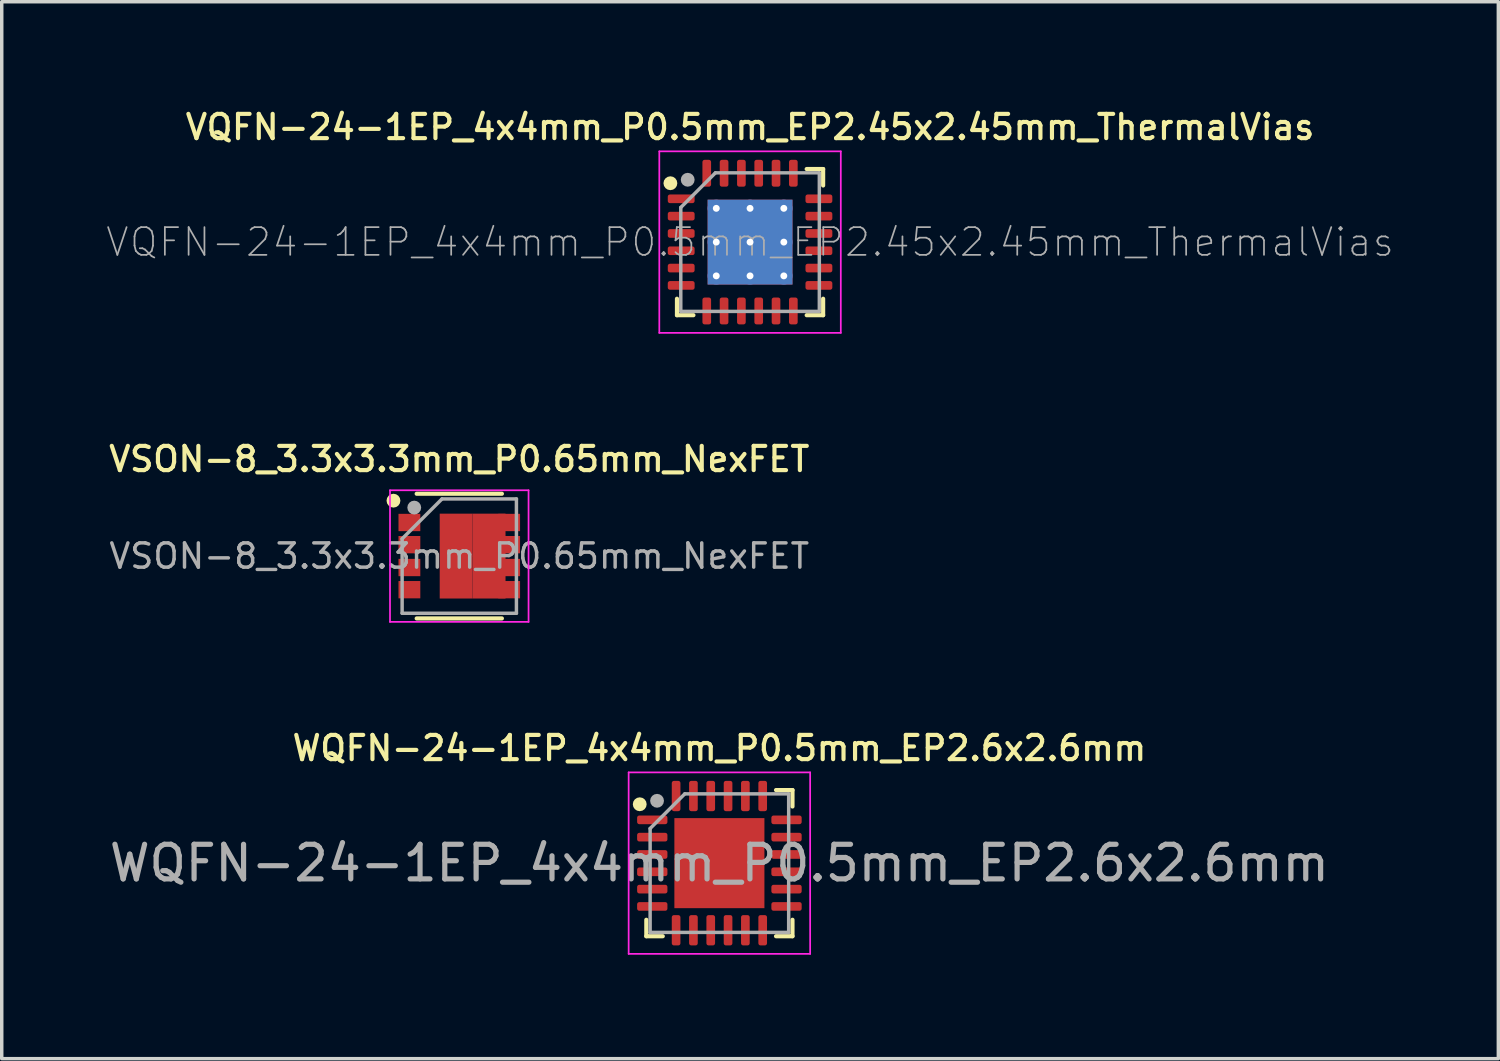
<source format=kicad_pcb>
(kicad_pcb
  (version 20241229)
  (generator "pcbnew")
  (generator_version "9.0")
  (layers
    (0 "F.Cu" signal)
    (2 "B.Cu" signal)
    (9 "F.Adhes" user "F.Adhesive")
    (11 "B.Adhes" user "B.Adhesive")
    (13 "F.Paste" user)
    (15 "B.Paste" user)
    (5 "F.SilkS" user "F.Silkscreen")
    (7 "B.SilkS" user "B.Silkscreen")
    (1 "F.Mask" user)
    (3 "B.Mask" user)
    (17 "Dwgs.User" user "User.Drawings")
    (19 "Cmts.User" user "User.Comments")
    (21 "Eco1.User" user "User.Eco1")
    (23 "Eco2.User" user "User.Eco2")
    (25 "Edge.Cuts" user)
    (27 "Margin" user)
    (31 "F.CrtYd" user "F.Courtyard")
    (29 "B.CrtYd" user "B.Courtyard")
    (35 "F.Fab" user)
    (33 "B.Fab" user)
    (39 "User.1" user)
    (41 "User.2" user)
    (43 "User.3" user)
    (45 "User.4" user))
  (footprint "VSON-8_3.3x3.3mm_P0.65mm_NexFET"
    (layer "F.Cu")
    (at 10.21 13.005)
    (property "Reference" "VSON-8_3.3x3.3mm_P0.65mm_NexFET" (at 0 -2.8 0) (layer "F.SilkS") (effects (font (size 0.7 0.7) (thickness 0.12))))
    (attr smd)
    (fp_line (start -1.23 -1.8) (end 1.23 -1.8) (stroke (width 0.12) (type solid)) (layer "F.SilkS"))
    (fp_line (start -1.23 1.8) (end 1.23 1.8) (stroke (width 0.12) (type solid)) (layer "F.SilkS"))
    (fp_circle (center -1.9 -1.6) (end -1.8 -1.6) (stroke (width 0.2) (type solid)) (fill no) (layer "F.SilkS"))
    (fp_line (start -2 -1.9) (end -2 1.9) (stroke (width 0.05) (type solid)) (layer "F.CrtYd"))
    (fp_line (start -2 -1.9) (end 2 -1.9) (stroke (width 0.05) (type solid)) (layer "F.CrtYd"))
    (fp_line (start -2 1.9) (end 2 1.9) (stroke (width 0.05) (type solid)) (layer "F.CrtYd"))
    (fp_line (start 2 -1.9) (end 2 1.9) (stroke (width 0.05) (type solid)) (layer "F.CrtYd"))
    (fp_line (start -1.65 -0.5) (end -0.5 -1.65) (stroke (width 0.1) (type solid)) (layer "F.Fab"))
    (fp_line (start -1.65 1.65) (end -1.65 -0.5) (stroke (width 0.1) (type solid)) (layer "F.Fab"))
    (fp_line (start -0.5 -1.65) (end 1.65 -1.65) (stroke (width 0.1) (type solid)) (layer "F.Fab"))
    (fp_line (start 1.65 -1.65) (end 1.65 1.65) (stroke (width 0.1) (type solid)) (layer "F.Fab"))
    (fp_line (start 1.65 1.65) (end -1.65 1.65) (stroke (width 0.1) (type solid)) (layer "F.Fab"))
    (fp_circle (center -1.3 -1.4) (end -1.2 -1.4) (stroke (width 0.2) (type solid)) (fill no) (layer "F.Fab"))
    (fp_text user "${REFERENCE}" (at 0 0 0) (layer "F.Fab") (effects (font (size 0.7 0.7) (thickness 0.1))))
    (pad "1" smd rect (at -1.44 -0.97) (size 0.63 0.5) (layers "F.Cu" "F.Mask" "F.Paste"))
    (pad "2" smd rect (at -1.44 -0.33) (size 0.63 0.5) (layers "F.Cu" "F.Mask" "F.Paste"))
    (pad "3" smd rect (at -1.44 0.33) (size 0.63 0.5) (layers "F.Cu" "F.Mask" "F.Paste"))
    (pad "4" smd rect (at -1.44 0.97) (size 0.63 0.5) (layers "F.Cu" "F.Mask" "F.Paste"))
    (pad "5" smd rect (at -0.09 -0.61) (size 0.95 1.23) (layers "F.Cu" "F.Mask" "F.Paste"))
    (pad "5" smd rect (at -0.09 0.61) (size 0.95 1.23) (layers "F.Cu" "F.Mask" "F.Paste"))
    (pad "5" smd rect (at 0.86 -0.61) (size 0.95 1.23) (layers "F.Cu" "F.Mask" "F.Paste"))
    (pad "5" smd rect (at 0.86 0.61) (size 0.95 1.23) (layers "F.Cu" "F.Mask" "F.Paste"))
    (pad "5" smd rect (at 1.44 -0.97) (size 0.63 0.5) (layers "F.Cu" "F.Mask" "F.Paste"))
    (pad "5" smd rect (at 1.44 -0.33) (size 0.63 0.5) (layers "F.Cu" "F.Mask" "F.Paste"))
    (pad "5" smd rect (at 1.44 0.33) (size 0.63 0.5) (layers "F.Cu" "F.Mask" "F.Paste"))
    (pad "5" smd rect (at 1.44 0.97) (size 0.63 0.5) (layers "F.Cu" "F.Mask" "F.Paste")))
  (footprint "VQFN-24-1EP_4x4mm_P0.5mm_EP2.45x2.45mm_ThermalVias"
    (layer "F.Cu")
    (at 18.605 3.94)
    (property "Reference" "VQFN-24-1EP_4x4mm_P0.5mm_EP2.45x2.45mm_ThermalVias" (at 0 -3.32 0) (layer "F.SilkS") (effects (font (size 0.7 0.7) (thickness 0.12))))
    (attr smd)
    (fp_line (start -2.11 2.11) (end -2.11 1.635) (stroke (width 0.12) (type solid)) (layer "F.SilkS"))
    (fp_line (start -1.635 2.11) (end -2.11 2.11) (stroke (width 0.12) (type solid)) (layer "F.SilkS"))
    (fp_line (start 1.635 -2.11) (end 2.11 -2.11) (stroke (width 0.12) (type solid)) (layer "F.SilkS"))
    (fp_line (start 1.635 2.11) (end 2.11 2.11) (stroke (width 0.12) (type solid)) (layer "F.SilkS"))
    (fp_line (start 2.11 -2.11) (end 2.11 -1.635) (stroke (width 0.12) (type solid)) (layer "F.SilkS"))
    (fp_line (start 2.11 2.11) (end 2.11 1.635) (stroke (width 0.12) (type solid)) (layer "F.SilkS"))
    (fp_circle (center -2.3 -1.7) (end -2.2 -1.7) (stroke (width 0.2) (type solid)) (fill no) (layer "F.SilkS"))
    (fp_line (start -2.62 -2.62) (end -2.62 2.62) (stroke (width 0.05) (type solid)) (layer "F.CrtYd"))
    (fp_line (start -2.62 2.62) (end 2.62 2.62) (stroke (width 0.05) (type solid)) (layer "F.CrtYd"))
    (fp_line (start 2.62 -2.62) (end -2.62 -2.62) (stroke (width 0.05) (type solid)) (layer "F.CrtYd"))
    (fp_line (start 2.62 2.62) (end 2.62 -2.62) (stroke (width 0.05) (type solid)) (layer "F.CrtYd"))
    (fp_line (start -2 -1) (end -1 -2) (stroke (width 0.1) (type solid)) (layer "F.Fab"))
    (fp_line (start -2 2) (end -2 -1) (stroke (width 0.1) (type solid)) (layer "F.Fab"))
    (fp_line (start -1 -2) (end 2 -2) (stroke (width 0.1) (type solid)) (layer "F.Fab"))
    (fp_line (start 2 -2) (end 2 2) (stroke (width 0.1) (type solid)) (layer "F.Fab"))
    (fp_line (start 2 2) (end -2 2) (stroke (width 0.1) (type solid)) (layer "F.Fab"))
    (fp_circle (center -1.8 -1.8) (end -1.7 -1.8) (stroke (width 0.2) (type solid)) (fill no) (layer "F.Fab"))
    (fp_text user "${REFERENCE}" (at 0 0 0) (layer "F.Fab") (effects (font (size 0.8 0.8) (thickness 0.05))))
    (pad "" smd custom (at -0.487 -0.487) (size 0.756 0.756) (layers "F.Paste") (options (anchor circle)) (primitives (gr_poly (pts (xy -0.301 -0.175) (xy -0.175 -0.301) (xy 0.175 -0.301) (xy 0.301 -0.175) (xy 0.301 0.175) (xy 0.175 0.301) (xy -0.175 0.301) (xy -0.301 0.175)) (width 0.306) (fill yes))))
    (pad "" smd custom (at -0.487 0.487) (size 0.756 0.756) (layers "F.Paste") (options (anchor circle)) (primitives (gr_poly (pts (xy -0.301 -0.175) (xy -0.175 -0.301) (xy 0.175 -0.301) (xy 0.301 -0.175) (xy 0.301 0.175) (xy 0.175 0.301) (xy -0.175 0.301) (xy -0.301 0.175)) (width 0.306) (fill yes))))
    (pad "" smd custom (at 0.487 -0.487) (size 0.756 0.756) (layers "F.Paste") (options (anchor circle)) (primitives (gr_poly (pts (xy -0.301 -0.175) (xy -0.175 -0.301) (xy 0.175 -0.301) (xy 0.301 -0.175) (xy 0.301 0.175) (xy 0.175 0.301) (xy -0.175 0.301) (xy -0.301 0.175)) (width 0.306) (fill yes))))
    (pad "" smd custom (at 0.487 0.487) (size 0.756 0.756) (layers "F.Paste") (options (anchor circle)) (primitives (gr_poly (pts (xy -0.301 -0.175) (xy -0.175 -0.301) (xy 0.175 -0.301) (xy 0.301 -0.175) (xy 0.301 0.175) (xy 0.175 0.301) (xy -0.175 0.301) (xy -0.301 0.175)) (width 0.306) (fill yes))))
    (pad "1" smd roundrect (at -1.988 -1.25) (size 0.775 0.25) (layers "F.Cu" "F.Mask" "F.Paste") (roundrect_rratio 0.25))
    (pad "2" smd roundrect (at -1.988 -0.75) (size 0.775 0.25) (layers "F.Cu" "F.Mask" "F.Paste") (roundrect_rratio 0.25))
    (pad "3" smd roundrect (at -1.988 -0.25) (size 0.775 0.25) (layers "F.Cu" "F.Mask" "F.Paste") (roundrect_rratio 0.25))
    (pad "4" smd roundrect (at -1.988 0.25) (size 0.775 0.25) (layers "F.Cu" "F.Mask" "F.Paste") (roundrect_rratio 0.25))
    (pad "5" smd roundrect (at -1.988 0.75) (size 0.775 0.25) (layers "F.Cu" "F.Mask" "F.Paste") (roundrect_rratio 0.25))
    (pad "6" smd roundrect (at -1.988 1.25) (size 0.775 0.25) (layers "F.Cu" "F.Mask" "F.Paste") (roundrect_rratio 0.25))
    (pad "7" smd roundrect (at -1.25 1.988) (size 0.25 0.775) (layers "F.Cu" "F.Mask" "F.Paste") (roundrect_rratio 0.25))
    (pad "8" smd roundrect (at -0.75 1.988) (size 0.25 0.775) (layers "F.Cu" "F.Mask" "F.Paste") (roundrect_rratio 0.25))
    (pad "9" smd roundrect (at -0.25 1.988) (size 0.25 0.775) (layers "F.Cu" "F.Mask" "F.Paste") (roundrect_rratio 0.25))
    (pad "10" smd roundrect (at 0.25 1.988) (size 0.25 0.775) (layers "F.Cu" "F.Mask" "F.Paste") (roundrect_rratio 0.25))
    (pad "11" smd roundrect (at 0.75 1.988) (size 0.25 0.775) (layers "F.Cu" "F.Mask" "F.Paste") (roundrect_rratio 0.25))
    (pad "12" smd roundrect (at 1.25 1.988) (size 0.25 0.775) (layers "F.Cu" "F.Mask" "F.Paste") (roundrect_rratio 0.25))
    (pad "13" smd roundrect (at 1.988 1.25) (size 0.775 0.25) (layers "F.Cu" "F.Mask" "F.Paste") (roundrect_rratio 0.25))
    (pad "14" smd roundrect (at 1.988 0.75) (size 0.775 0.25) (layers "F.Cu" "F.Mask" "F.Paste") (roundrect_rratio 0.25))
    (pad "15" smd roundrect (at 1.988 0.25) (size 0.775 0.25) (layers "F.Cu" "F.Mask" "F.Paste") (roundrect_rratio 0.25))
    (pad "16" smd roundrect (at 1.988 -0.25) (size 0.775 0.25) (layers "F.Cu" "F.Mask" "F.Paste") (roundrect_rratio 0.25))
    (pad "17" smd roundrect (at 1.988 -0.75) (size 0.775 0.25) (layers "F.Cu" "F.Mask" "F.Paste") (roundrect_rratio 0.25))
    (pad "18" smd roundrect (at 1.988 -1.25) (size 0.775 0.25) (layers "F.Cu" "F.Mask" "F.Paste") (roundrect_rratio 0.25))
    (pad "19" smd roundrect (at 1.25 -1.988) (size 0.25 0.775) (layers "F.Cu" "F.Mask" "F.Paste") (roundrect_rratio 0.25))
    (pad "20" smd roundrect (at 0.75 -1.988) (size 0.25 0.775) (layers "F.Cu" "F.Mask" "F.Paste") (roundrect_rratio 0.25))
    (pad "21" smd roundrect (at 0.25 -1.988) (size 0.25 0.775) (layers "F.Cu" "F.Mask" "F.Paste") (roundrect_rratio 0.25))
    (pad "22" smd roundrect (at -0.25 -1.988) (size 0.25 0.775) (layers "F.Cu" "F.Mask" "F.Paste") (roundrect_rratio 0.25))
    (pad "23" smd roundrect (at -0.75 -1.988) (size 0.25 0.775) (layers "F.Cu" "F.Mask" "F.Paste") (roundrect_rratio 0.25))
    (pad "24" smd roundrect (at -1.25 -1.988) (size 0.25 0.775) (layers "F.Cu" "F.Mask" "F.Paste") (roundrect_rratio 0.25))
    (pad "25" thru_hole circle (at -0.975 -0.975) (size 0.5 0.5) (drill 0.2) (layers "*.Cu"))
    (pad "25" thru_hole circle (at -0.975 0) (size 0.5 0.5) (drill 0.2) (layers "*.Cu"))
    (pad "25" thru_hole circle (at -0.975 0.975) (size 0.5 0.5) (drill 0.2) (layers "*.Cu"))
    (pad "25" thru_hole circle (at 0 -0.975) (size 0.5 0.5) (drill 0.2) (layers "*.Cu"))
    (pad "25" thru_hole circle (at 0 0) (size 0.5 0.5) (drill 0.2) (layers "*.Cu"))
    (pad "25" smd rect (at 0 0) (size 2.45 2.45) (layers "F.Cu" "F.Mask"))
    (pad "25" smd rect (at 0 0) (size 2.45 2.45) (layers "B.Cu"))
    (pad "25" thru_hole circle (at 0 0.975) (size 0.5 0.5) (drill 0.2) (layers "*.Cu"))
    (pad "25" thru_hole circle (at 0.975 -0.975) (size 0.5 0.5) (drill 0.2) (layers "*.Cu"))
    (pad "25" thru_hole circle (at 0.975 0) (size 0.5 0.5) (drill 0.2) (layers "*.Cu"))
    (pad "25" thru_hole circle (at 0.975 0.975) (size 0.5 0.5) (drill 0.2) (layers "*.Cu")))
  (footprint "WQFN-24-1EP_4x4mm_P0.5mm_EP2.6x2.6mm"
    (layer "F.Cu")
    (at 17.72 21.87)
    (property "Reference" "WQFN-24-1EP_4x4mm_P0.5mm_EP2.6x2.6mm" (at 0 -3.32 0) (layer "F.SilkS") (effects (font (size 0.7 0.7) (thickness 0.12))))
    (attr smd)
    (fp_line (start -2.11 2.11) (end -2.11 1.635) (stroke (width 0.12) (type solid)) (layer "F.SilkS"))
    (fp_line (start -1.635 2.11) (end -2.11 2.11) (stroke (width 0.12) (type solid)) (layer "F.SilkS"))
    (fp_line (start 1.635 -2.11) (end 2.11 -2.11) (stroke (width 0.12) (type solid)) (layer "F.SilkS"))
    (fp_line (start 1.635 2.11) (end 2.11 2.11) (stroke (width 0.12) (type solid)) (layer "F.SilkS"))
    (fp_line (start 2.11 -2.11) (end 2.11 -1.635) (stroke (width 0.12) (type solid)) (layer "F.SilkS"))
    (fp_line (start 2.11 2.11) (end 2.11 1.635) (stroke (width 0.12) (type solid)) (layer "F.SilkS"))
    (fp_circle (center -2.3 -1.7) (end -2.2 -1.7) (stroke (width 0.2) (type solid)) (fill no) (layer "F.SilkS"))
    (fp_line (start -2.62 -2.62) (end -2.62 2.62) (stroke (width 0.05) (type solid)) (layer "F.CrtYd"))
    (fp_line (start -2.62 2.62) (end 2.62 2.62) (stroke (width 0.05) (type solid)) (layer "F.CrtYd"))
    (fp_line (start 2.62 -2.62) (end -2.62 -2.62) (stroke (width 0.05) (type solid)) (layer "F.CrtYd"))
    (fp_line (start 2.62 2.62) (end 2.62 -2.62) (stroke (width 0.05) (type solid)) (layer "F.CrtYd"))
    (fp_line (start -2 -1) (end -1 -2) (stroke (width 0.1) (type solid)) (layer "F.Fab"))
    (fp_line (start -2 2) (end -2 -1) (stroke (width 0.1) (type solid)) (layer "F.Fab"))
    (fp_line (start -1 -2) (end 2 -2) (stroke (width 0.1) (type solid)) (layer "F.Fab"))
    (fp_line (start 2 -2) (end 2 2) (stroke (width 0.1) (type solid)) (layer "F.Fab"))
    (fp_line (start 2 2) (end -2 2) (stroke (width 0.1) (type solid)) (layer "F.Fab"))
    (fp_circle (center -1.8 -1.8) (end -1.7 -1.8) (stroke (width 0.2) (type solid)) (fill no) (layer "F.Fab"))
    (fp_text user "${REFERENCE}" (at 0 0 0) (layer "F.Fab") (effects (font (size 1 1) (thickness 0.15))))
    (pad "" smd roundrect (at -0.65 -0.65) (size 1.05 1.05) (layers "F.Paste") (roundrect_rratio 0.238))
    (pad "" smd roundrect (at -0.65 0.65) (size 1.05 1.05) (layers "F.Paste") (roundrect_rratio 0.238))
    (pad "" smd roundrect (at 0.65 -0.65) (size 1.05 1.05) (layers "F.Paste") (roundrect_rratio 0.238))
    (pad "" smd roundrect (at 0.65 0.65) (size 1.05 1.05) (layers "F.Paste") (roundrect_rratio 0.238))
    (pad "1" smd roundrect (at -1.938 -1.25) (size 0.875 0.25) (layers "F.Cu" "F.Mask" "F.Paste") (roundrect_rratio 0.25))
    (pad "2" smd roundrect (at -1.938 -0.75) (size 0.875 0.25) (layers "F.Cu" "F.Mask" "F.Paste") (roundrect_rratio 0.25))
    (pad "3" smd roundrect (at -1.938 -0.25) (size 0.875 0.25) (layers "F.Cu" "F.Mask" "F.Paste") (roundrect_rratio 0.25))
    (pad "4" smd roundrect (at -1.938 0.25) (size 0.875 0.25) (layers "F.Cu" "F.Mask" "F.Paste") (roundrect_rratio 0.25))
    (pad "5" smd roundrect (at -1.938 0.75) (size 0.875 0.25) (layers "F.Cu" "F.Mask" "F.Paste") (roundrect_rratio 0.25))
    (pad "6" smd roundrect (at -1.938 1.25) (size 0.875 0.25) (layers "F.Cu" "F.Mask" "F.Paste") (roundrect_rratio 0.25))
    (pad "7" smd roundrect (at -1.25 1.938) (size 0.25 0.875) (layers "F.Cu" "F.Mask" "F.Paste") (roundrect_rratio 0.25))
    (pad "8" smd roundrect (at -0.75 1.938) (size 0.25 0.875) (layers "F.Cu" "F.Mask" "F.Paste") (roundrect_rratio 0.25))
    (pad "9" smd roundrect (at -0.25 1.938) (size 0.25 0.875) (layers "F.Cu" "F.Mask" "F.Paste") (roundrect_rratio 0.25))
    (pad "10" smd roundrect (at 0.25 1.938) (size 0.25 0.875) (layers "F.Cu" "F.Mask" "F.Paste") (roundrect_rratio 0.25))
    (pad "11" smd roundrect (at 0.75 1.938) (size 0.25 0.875) (layers "F.Cu" "F.Mask" "F.Paste") (roundrect_rratio 0.25))
    (pad "12" smd roundrect (at 1.25 1.938) (size 0.25 0.875) (layers "F.Cu" "F.Mask" "F.Paste") (roundrect_rratio 0.25))
    (pad "13" smd roundrect (at 1.938 1.25) (size 0.875 0.25) (layers "F.Cu" "F.Mask" "F.Paste") (roundrect_rratio 0.25))
    (pad "14" smd roundrect (at 1.938 0.75) (size 0.875 0.25) (layers "F.Cu" "F.Mask" "F.Paste") (roundrect_rratio 0.25))
    (pad "15" smd roundrect (at 1.938 0.25) (size 0.875 0.25) (layers "F.Cu" "F.Mask" "F.Paste") (roundrect_rratio 0.25))
    (pad "16" smd roundrect (at 1.938 -0.25) (size 0.875 0.25) (layers "F.Cu" "F.Mask" "F.Paste") (roundrect_rratio 0.25))
    (pad "17" smd roundrect (at 1.938 -0.75) (size 0.875 0.25) (layers "F.Cu" "F.Mask" "F.Paste") (roundrect_rratio 0.25))
    (pad "18" smd roundrect (at 1.938 -1.25) (size 0.875 0.25) (layers "F.Cu" "F.Mask" "F.Paste") (roundrect_rratio 0.25))
    (pad "19" smd roundrect (at 1.25 -1.938) (size 0.25 0.875) (layers "F.Cu" "F.Mask" "F.Paste") (roundrect_rratio 0.25))
    (pad "20" smd roundrect (at 0.75 -1.938) (size 0.25 0.875) (layers "F.Cu" "F.Mask" "F.Paste") (roundrect_rratio 0.25))
    (pad "21" smd roundrect (at 0.25 -1.938) (size 0.25 0.875) (layers "F.Cu" "F.Mask" "F.Paste") (roundrect_rratio 0.25))
    (pad "22" smd roundrect (at -0.25 -1.938) (size 0.25 0.875) (layers "F.Cu" "F.Mask" "F.Paste") (roundrect_rratio 0.25))
    (pad "23" smd roundrect (at -0.75 -1.938) (size 0.25 0.875) (layers "F.Cu" "F.Mask" "F.Paste") (roundrect_rratio 0.25))
    (pad "24" smd roundrect (at -1.25 -1.938) (size 0.25 0.875) (layers "F.Cu" "F.Mask" "F.Paste") (roundrect_rratio 0.25))
    (pad "25" smd rect (at 0 0) (size 2.6 2.6) (layers "F.Cu" "F.Mask")))
  (gr_rect
    (start -3 -3)
    (end 40.209 27.515)
    (stroke (width 0.1) (type default))
    (fill no)
    (layer "Edge.Cuts")))
</source>
